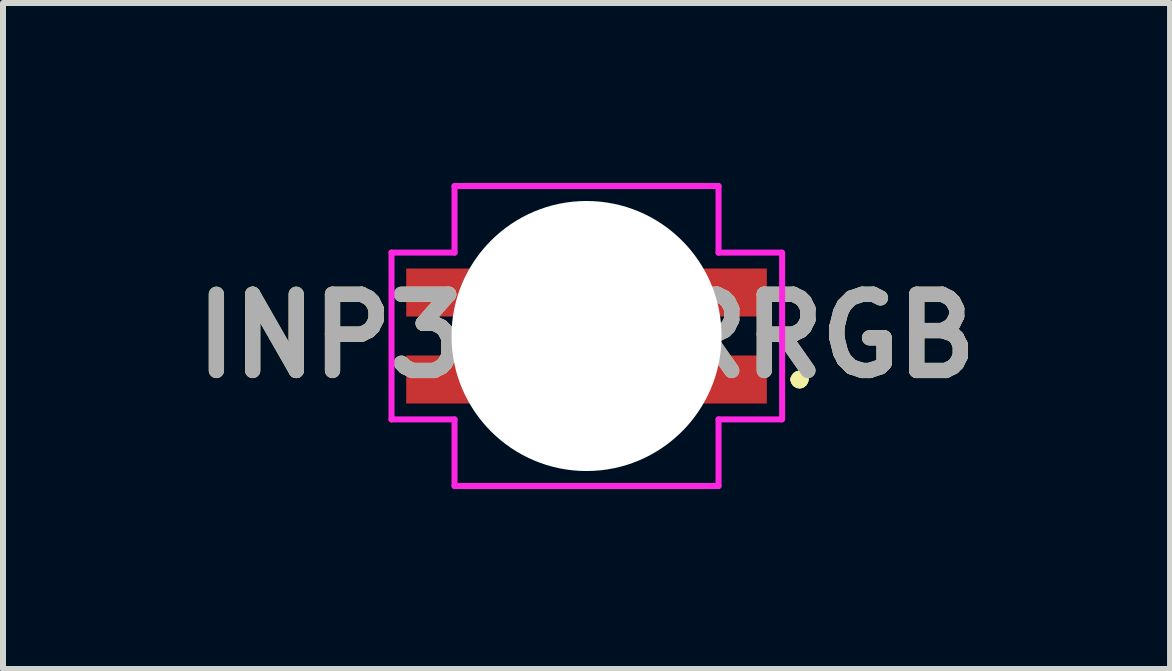
<source format=kicad_pcb>
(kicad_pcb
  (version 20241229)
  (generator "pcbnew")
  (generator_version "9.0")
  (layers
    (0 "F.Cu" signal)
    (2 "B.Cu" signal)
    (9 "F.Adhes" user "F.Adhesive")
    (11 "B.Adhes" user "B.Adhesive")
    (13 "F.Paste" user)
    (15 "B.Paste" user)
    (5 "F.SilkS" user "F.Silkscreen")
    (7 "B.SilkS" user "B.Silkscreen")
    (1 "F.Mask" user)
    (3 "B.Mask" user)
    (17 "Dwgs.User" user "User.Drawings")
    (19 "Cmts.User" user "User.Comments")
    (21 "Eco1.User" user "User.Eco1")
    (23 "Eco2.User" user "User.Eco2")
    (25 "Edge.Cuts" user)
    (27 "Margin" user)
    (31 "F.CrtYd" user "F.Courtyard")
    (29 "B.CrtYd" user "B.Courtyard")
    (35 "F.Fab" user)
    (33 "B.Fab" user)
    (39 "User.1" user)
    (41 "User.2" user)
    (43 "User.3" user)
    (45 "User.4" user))
  (footprint "INP32TRRRGB"
    (layer "F.Cu")
    (at 6.725 2.55)
    (property "Reference" "INP32TRRRGB" (at 0 0 0) (layer "F.SilkS") (effects (font (size 1.27 1.27) (thickness 0.254))))
    (attr through_hole)
    (fp_line (start 3.5 0.725) (end 3.5 0.725) (stroke (width 0.2) (type solid)) (layer "F.SilkS"))
    (fp_line (start 3.5 0.725) (end 3.5 0.725) (stroke (width 0.2) (type solid)) (layer "F.SilkS"))
    (fp_line (start 3.6 0.725) (end 3.6 0.725) (stroke (width 0.2) (type solid)) (layer "F.SilkS"))
    (fp_arc (start 3.5 0.725) (mid 3.55 0.675) (end 3.6 0.725) (stroke (width 0.2) (type solid)) (layer "F.SilkS"))
    (fp_arc (start 3.6 0.725) (mid 3.55 0.775) (end 3.5 0.725) (stroke (width 0.2) (type solid)) (layer "F.SilkS"))
    (fp_arc (start 3.6 0.725) (mid 3.55 0.775) (end 3.5 0.725) (stroke (width 0.2) (type solid)) (layer "F.SilkS"))
    (fp_line (start -3.25 -1.39) (end -3.25 1.39) (stroke (width 0.1) (type solid)) (layer "F.CrtYd"))
    (fp_line (start -2.2 -2.5) (end 2.2 -2.5) (stroke (width 0.1) (type solid)) (layer "F.CrtYd"))
    (fp_line (start -2.2 -1.39) (end -3.25 -1.39) (stroke (width 0.1) (type solid)) (layer "F.CrtYd"))
    (fp_line (start -2.2 -1.39) (end -2.2 -2.5) (stroke (width 0.1) (type solid)) (layer "F.CrtYd"))
    (fp_line (start -2.2 1.39) (end -3.25 1.39) (stroke (width 0.1) (type solid)) (layer "F.CrtYd"))
    (fp_line (start -2.2 2.5) (end -2.2 1.39) (stroke (width 0.1) (type solid)) (layer "F.CrtYd"))
    (fp_line (start 2.2 -1.39) (end 2.2 -2.5) (stroke (width 0.1) (type solid)) (layer "F.CrtYd"))
    (fp_line (start 2.2 2.5) (end -2.2 2.5) (stroke (width 0.1) (type solid)) (layer "F.CrtYd"))
    (fp_line (start 2.2 2.5) (end 2.2 1.39) (stroke (width 0.1) (type solid)) (layer "F.CrtYd"))
    (fp_line (start 3.25 -1.39) (end 2.2 -1.39) (stroke (width 0.1) (type solid)) (layer "F.CrtYd"))
    (fp_line (start 3.25 1.39) (end 2.2 1.39) (stroke (width 0.1) (type solid)) (layer "F.CrtYd"))
    (fp_line (start 3.26 -1.39) (end 3.26 1.39) (stroke (width 0.1) (type solid)) (layer "F.CrtYd"))
    (fp_line (start -1.625 -1.4) (end 1.625 -1.4) (stroke (width 0.1) (type solid)) (layer "F.Fab"))
    (fp_line (start -1.625 1.4) (end -1.625 -1.4) (stroke (width 0.1) (type solid)) (layer "F.Fab"))
    (fp_line (start 1.625 -1.4) (end 1.625 1.4) (stroke (width 0.1) (type solid)) (layer "F.Fab"))
    (fp_line (start 1.625 1.4) (end -1.625 1.4) (stroke (width 0.1) (type solid)) (layer "F.Fab"))
    (fp_text user "${REFERENCE}" (at 0 0 0) (layer "F.Fab") (effects (font (size 1.27 1.27) (thickness 0.254))))
    (pad "" np_thru_hole circle (at 0 0) (size 4.5 4.5) (drill 4.5) (layers "*.Cu" "*.Mask"))
    (pad "1" smd rect (at 2.365 -0.725 180) (size 1.28 0.8) (layers "F.Cu" "F.Mask" "F.Paste"))
    (pad "2" smd rect (at -2.365 -0.725 180) (size 1.28 0.8) (layers "F.Cu" "F.Mask" "F.Paste"))
    (pad "3" smd rect (at -2.365 0.725 180) (size 1.28 0.8) (layers "F.Cu" "F.Mask" "F.Paste"))
    (pad "4" smd rect (at 2.365 0.725 180) (size 1.28 0.8) (layers "F.Cu" "F.Mask" "F.Paste")))
  (gr_rect
    (start -3 -3)
    (end 16.45 8.1)
    (stroke (width 0.1) (type default))
    (fill no)
    (layer "Edge.Cuts")))
</source>
